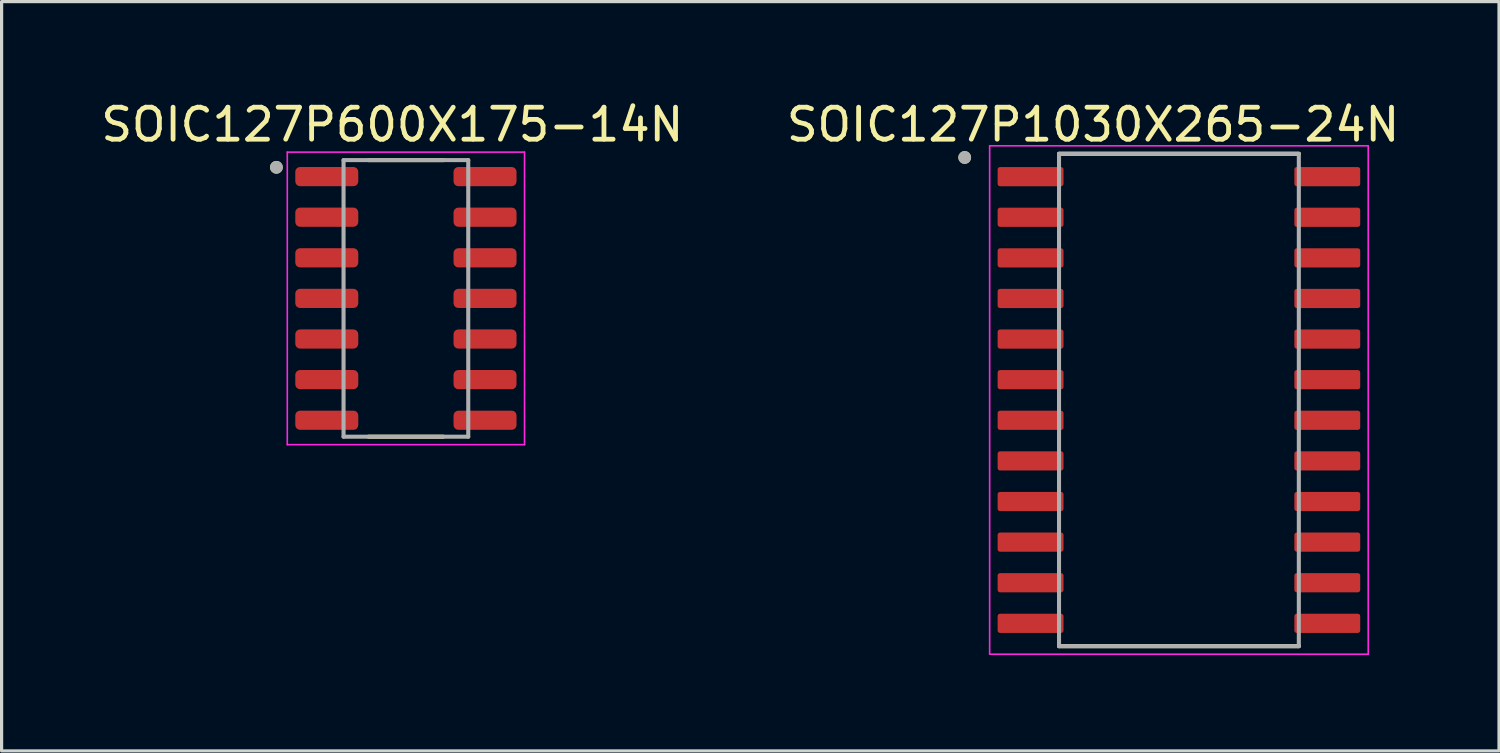
<source format=kicad_pcb>
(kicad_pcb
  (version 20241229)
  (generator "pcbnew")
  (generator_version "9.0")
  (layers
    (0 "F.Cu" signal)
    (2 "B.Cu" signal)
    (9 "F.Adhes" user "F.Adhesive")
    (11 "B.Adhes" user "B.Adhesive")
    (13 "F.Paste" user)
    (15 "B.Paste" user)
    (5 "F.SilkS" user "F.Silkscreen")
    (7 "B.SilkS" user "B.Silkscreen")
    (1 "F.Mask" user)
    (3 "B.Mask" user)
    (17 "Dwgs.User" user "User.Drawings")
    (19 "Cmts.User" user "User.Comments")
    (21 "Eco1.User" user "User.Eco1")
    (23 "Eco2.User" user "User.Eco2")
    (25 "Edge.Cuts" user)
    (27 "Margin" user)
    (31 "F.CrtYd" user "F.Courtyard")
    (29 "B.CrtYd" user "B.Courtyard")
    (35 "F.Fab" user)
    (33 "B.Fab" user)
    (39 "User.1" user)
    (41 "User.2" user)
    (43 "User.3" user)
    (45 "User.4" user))
  (footprint "SOIC127P1030X265-24N"
    (layer "F.Cu")
    (at 33.822 9.46)
    (property "Reference" "SOIC127P1030X265-24N" (at -2.685 -8.612 0) (layer "F.SilkS") (effects (font (size 1 1) (thickness 0.15))))
    (attr smd)
    (fp_line (start -3.75 -7.7) (end 3.75 -7.7) (stroke (width 0.127) (type solid)) (layer "F.SilkS"))
    (fp_line (start -3.75 7.7) (end 3.75 7.7) (stroke (width 0.127) (type solid)) (layer "F.SilkS"))
    (fp_circle (center -6.7 -7.585) (end -6.6 -7.585) (stroke (width 0.2) (type solid)) (fill no) (layer "F.SilkS"))
    (fp_line (start -5.92 -7.95) (end -5.92 7.95) (stroke (width 0.05) (type solid)) (layer "F.CrtYd"))
    (fp_line (start -5.92 -7.95) (end 5.92 -7.95) (stroke (width 0.05) (type solid)) (layer "F.CrtYd"))
    (fp_line (start -5.92 7.95) (end 5.92 7.95) (stroke (width 0.05) (type solid)) (layer "F.CrtYd"))
    (fp_line (start 5.92 -7.95) (end 5.92 7.95) (stroke (width 0.05) (type solid)) (layer "F.CrtYd"))
    (fp_line (start -3.75 -7.7) (end -3.75 7.7) (stroke (width 0.127) (type solid)) (layer "F.Fab"))
    (fp_line (start -3.75 -7.7) (end 3.75 -7.7) (stroke (width 0.127) (type solid)) (layer "F.Fab"))
    (fp_line (start -3.75 7.7) (end 3.75 7.7) (stroke (width 0.127) (type solid)) (layer "F.Fab"))
    (fp_line (start 3.75 -7.7) (end 3.75 7.7) (stroke (width 0.127) (type solid)) (layer "F.Fab"))
    (fp_circle (center -6.7 -7.585) (end -6.6 -7.585) (stroke (width 0.2) (type solid)) (fill no) (layer "F.Fab"))
    (pad "1" smd roundrect (at -4.64 -6.985) (size 2.06 0.6) (layers "F.Cu" "F.Mask" "F.Paste") (roundrect_rratio 0.125))
    (pad "2" smd roundrect (at -4.64 -5.715) (size 2.06 0.6) (layers "F.Cu" "F.Mask" "F.Paste") (roundrect_rratio 0.125))
    (pad "3" smd roundrect (at -4.64 -4.445) (size 2.06 0.6) (layers "F.Cu" "F.Mask" "F.Paste") (roundrect_rratio 0.125))
    (pad "4" smd roundrect (at -4.64 -3.175) (size 2.06 0.6) (layers "F.Cu" "F.Mask" "F.Paste") (roundrect_rratio 0.125))
    (pad "5" smd roundrect (at -4.64 -1.905) (size 2.06 0.6) (layers "F.Cu" "F.Mask" "F.Paste") (roundrect_rratio 0.125))
    (pad "6" smd roundrect (at -4.64 -0.635) (size 2.06 0.6) (layers "F.Cu" "F.Mask" "F.Paste") (roundrect_rratio 0.125))
    (pad "7" smd roundrect (at -4.64 0.635) (size 2.06 0.6) (layers "F.Cu" "F.Mask" "F.Paste") (roundrect_rratio 0.125))
    (pad "8" smd roundrect (at -4.64 1.905) (size 2.06 0.6) (layers "F.Cu" "F.Mask" "F.Paste") (roundrect_rratio 0.125))
    (pad "9" smd roundrect (at -4.64 3.175) (size 2.06 0.6) (layers "F.Cu" "F.Mask" "F.Paste") (roundrect_rratio 0.125))
    (pad "10" smd roundrect (at -4.64 4.445) (size 2.06 0.6) (layers "F.Cu" "F.Mask" "F.Paste") (roundrect_rratio 0.125))
    (pad "11" smd roundrect (at -4.64 5.715) (size 2.06 0.6) (layers "F.Cu" "F.Mask" "F.Paste") (roundrect_rratio 0.125))
    (pad "12" smd roundrect (at -4.64 6.985) (size 2.06 0.6) (layers "F.Cu" "F.Mask" "F.Paste") (roundrect_rratio 0.125))
    (pad "13" smd roundrect (at 4.64 6.985) (size 2.06 0.6) (layers "F.Cu" "F.Mask" "F.Paste") (roundrect_rratio 0.125))
    (pad "14" smd roundrect (at 4.64 5.715) (size 2.06 0.6) (layers "F.Cu" "F.Mask" "F.Paste") (roundrect_rratio 0.125))
    (pad "15" smd roundrect (at 4.64 4.445) (size 2.06 0.6) (layers "F.Cu" "F.Mask" "F.Paste") (roundrect_rratio 0.125))
    (pad "16" smd roundrect (at 4.64 3.175) (size 2.06 0.6) (layers "F.Cu" "F.Mask" "F.Paste") (roundrect_rratio 0.125))
    (pad "17" smd roundrect (at 4.64 1.905) (size 2.06 0.6) (layers "F.Cu" "F.Mask" "F.Paste") (roundrect_rratio 0.125))
    (pad "18" smd roundrect (at 4.64 0.635) (size 2.06 0.6) (layers "F.Cu" "F.Mask" "F.Paste") (roundrect_rratio 0.125))
    (pad "19" smd roundrect (at 4.64 -0.635) (size 2.06 0.6) (layers "F.Cu" "F.Mask" "F.Paste") (roundrect_rratio 0.125))
    (pad "20" smd roundrect (at 4.64 -1.905) (size 2.06 0.6) (layers "F.Cu" "F.Mask" "F.Paste") (roundrect_rratio 0.125))
    (pad "21" smd roundrect (at 4.64 -3.175) (size 2.06 0.6) (layers "F.Cu" "F.Mask" "F.Paste") (roundrect_rratio 0.125))
    (pad "22" smd roundrect (at 4.64 -4.445) (size 2.06 0.6) (layers "F.Cu" "F.Mask" "F.Paste") (roundrect_rratio 0.125))
    (pad "23" smd roundrect (at 4.64 -5.715) (size 2.06 0.6) (layers "F.Cu" "F.Mask" "F.Paste") (roundrect_rratio 0.125))
    (pad "24" smd roundrect (at 4.64 -6.985) (size 2.06 0.6) (layers "F.Cu" "F.Mask" "F.Paste") (roundrect_rratio 0.125)))
  (footprint "SOIC127P600X175-14N"
    (layer "F.Cu")
    (at 9.645 6.283)
    (property "Reference" "SOIC127P600X175-14N" (at -0.425 -5.435 0) (layer "F.SilkS") (effects (font (size 1 1) (thickness 0.15))))
    (attr smd)
    (fp_line (start -1.17 -4.325) (end 1.17 -4.325) (stroke (width 0.127) (type solid)) (layer "F.SilkS"))
    (fp_line (start -1.17 4.325) (end 1.17 4.325) (stroke (width 0.127) (type solid)) (layer "F.SilkS"))
    (fp_circle (center -4.05 -4.1) (end -3.95 -4.1) (stroke (width 0.2) (type solid)) (fill no) (layer "F.SilkS"))
    (fp_line (start -3.71 -4.575) (end 3.71 -4.575) (stroke (width 0.05) (type solid)) (layer "F.CrtYd"))
    (fp_line (start -3.71 4.575) (end -3.71 -4.575) (stroke (width 0.05) (type solid)) (layer "F.CrtYd"))
    (fp_line (start 3.71 -4.575) (end 3.71 4.575) (stroke (width 0.05) (type solid)) (layer "F.CrtYd"))
    (fp_line (start 3.71 4.575) (end -3.71 4.575) (stroke (width 0.05) (type solid)) (layer "F.CrtYd"))
    (fp_line (start -1.95 -4.325) (end 1.95 -4.325) (stroke (width 0.127) (type solid)) (layer "F.Fab"))
    (fp_line (start -1.95 4.325) (end -1.95 -4.325) (stroke (width 0.127) (type solid)) (layer "F.Fab"))
    (fp_line (start 1.95 -4.325) (end 1.95 4.325) (stroke (width 0.127) (type solid)) (layer "F.Fab"))
    (fp_line (start 1.95 4.325) (end -1.95 4.325) (stroke (width 0.127) (type solid)) (layer "F.Fab"))
    (fp_circle (center -4.05 -4.1) (end -3.95 -4.1) (stroke (width 0.2) (type solid)) (fill no) (layer "F.Fab"))
    (pad "1" smd roundrect (at -2.475 -3.81) (size 1.97 0.6) (layers "F.Cu" "F.Mask" "F.Paste") (roundrect_rratio 0.25))
    (pad "2" smd roundrect (at -2.475 -2.54) (size 1.97 0.6) (layers "F.Cu" "F.Mask" "F.Paste") (roundrect_rratio 0.25))
    (pad "3" smd roundrect (at -2.475 -1.27) (size 1.97 0.6) (layers "F.Cu" "F.Mask" "F.Paste") (roundrect_rratio 0.25))
    (pad "4" smd roundrect (at -2.475 0) (size 1.97 0.6) (layers "F.Cu" "F.Mask" "F.Paste") (roundrect_rratio 0.25))
    (pad "5" smd roundrect (at -2.475 1.27) (size 1.97 0.6) (layers "F.Cu" "F.Mask" "F.Paste") (roundrect_rratio 0.25))
    (pad "6" smd roundrect (at -2.475 2.54) (size 1.97 0.6) (layers "F.Cu" "F.Mask" "F.Paste") (roundrect_rratio 0.25))
    (pad "7" smd roundrect (at -2.475 3.81) (size 1.97 0.6) (layers "F.Cu" "F.Mask" "F.Paste") (roundrect_rratio 0.25))
    (pad "8" smd roundrect (at 2.475 3.81) (size 1.97 0.6) (layers "F.Cu" "F.Mask" "F.Paste") (roundrect_rratio 0.25))
    (pad "9" smd roundrect (at 2.475 2.54) (size 1.97 0.6) (layers "F.Cu" "F.Mask" "F.Paste") (roundrect_rratio 0.25))
    (pad "10" smd roundrect (at 2.475 1.27) (size 1.97 0.6) (layers "F.Cu" "F.Mask" "F.Paste") (roundrect_rratio 0.25))
    (pad "11" smd roundrect (at 2.475 0) (size 1.97 0.6) (layers "F.Cu" "F.Mask" "F.Paste") (roundrect_rratio 0.25))
    (pad "12" smd roundrect (at 2.475 -1.27) (size 1.97 0.6) (layers "F.Cu" "F.Mask" "F.Paste") (roundrect_rratio 0.25))
    (pad "13" smd roundrect (at 2.475 -2.54) (size 1.97 0.6) (layers "F.Cu" "F.Mask" "F.Paste") (roundrect_rratio 0.25))
    (pad "14" smd roundrect (at 2.475 -3.81) (size 1.97 0.6) (layers "F.Cu" "F.Mask" "F.Paste") (roundrect_rratio 0.25)))
  (gr_rect
    (start -3 -3)
    (end 43.833 20.435)
    (stroke (width 0.1) (type default))
    (fill no)
    (layer "Edge.Cuts")))
</source>
